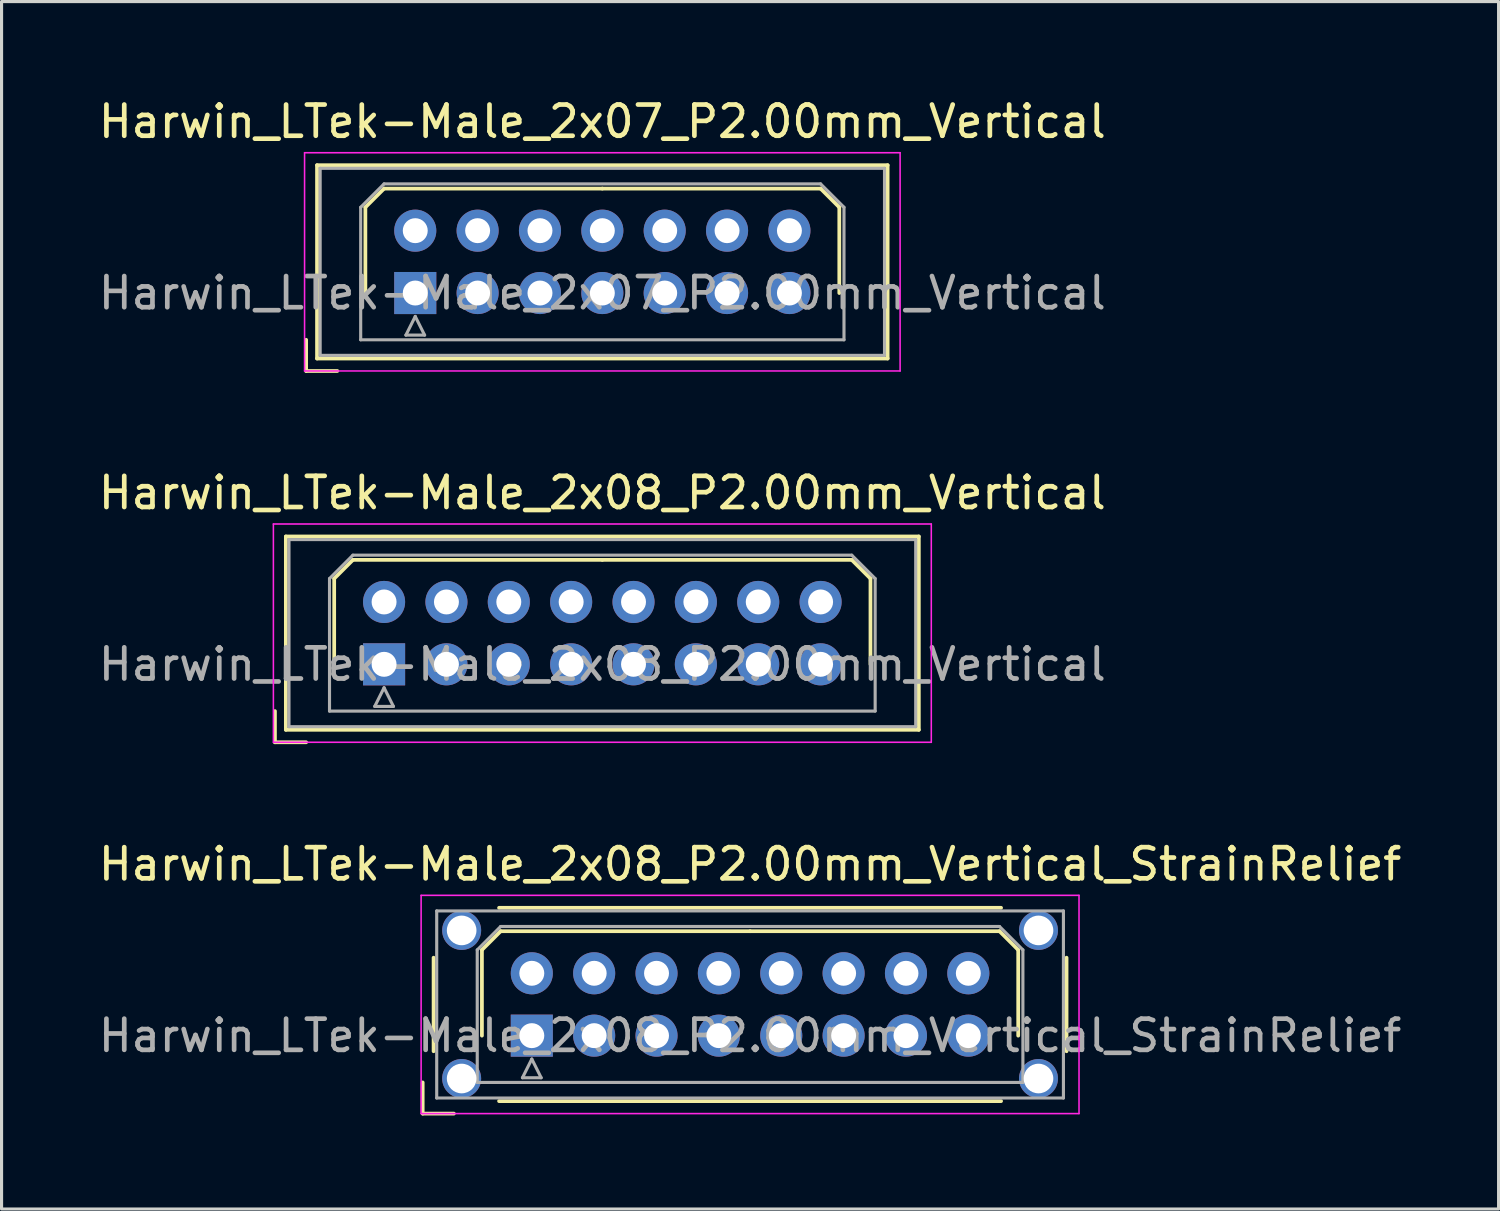
<source format=kicad_pcb>
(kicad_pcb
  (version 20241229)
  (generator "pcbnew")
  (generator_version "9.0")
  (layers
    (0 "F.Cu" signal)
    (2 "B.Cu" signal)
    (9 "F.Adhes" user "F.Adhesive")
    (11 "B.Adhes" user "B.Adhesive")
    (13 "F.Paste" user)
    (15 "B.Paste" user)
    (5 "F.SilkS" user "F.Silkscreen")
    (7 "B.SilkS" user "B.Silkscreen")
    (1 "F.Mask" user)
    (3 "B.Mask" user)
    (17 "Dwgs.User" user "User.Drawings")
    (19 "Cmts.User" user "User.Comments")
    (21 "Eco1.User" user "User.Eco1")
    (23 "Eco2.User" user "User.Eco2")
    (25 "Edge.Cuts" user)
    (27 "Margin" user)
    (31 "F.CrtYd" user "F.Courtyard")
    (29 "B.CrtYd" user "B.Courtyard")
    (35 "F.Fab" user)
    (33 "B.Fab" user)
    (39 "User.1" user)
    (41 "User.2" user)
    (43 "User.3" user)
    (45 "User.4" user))
  (footprint "Harwin_LTek-Male_2x07_P2.00mm_Vertical"
    (layer "F.Cu")
    (at 10.268 6.348)
    (property "Reference" "Harwin_LTek-Male_2x07_P2.00mm_Vertical" (at 6 -5.5 0) (layer "F.SilkS") (effects (font (size 1 1) (thickness 0.15))))
    (attr through_hole)
    (fp_line (start -3.5 1.5) (end -3.5 2.5) (stroke (width 0.12) (type solid)) (layer "F.SilkS"))
    (fp_line (start -3.5 2.5) (end -2.5 2.5) (stroke (width 0.12) (type solid)) (layer "F.SilkS"))
    (fp_line (start -3.15 -4.1) (end -3.15 2.1) (stroke (width 0.12) (type solid)) (layer "F.SilkS"))
    (fp_line (start -3.15 2.1) (end 15.15 2.1) (stroke (width 0.12) (type solid)) (layer "F.SilkS"))
    (fp_line (start -1.6 -2.75) (end -1 -3.35) (stroke (width 0.12) (type solid)) (layer "F.SilkS"))
    (fp_line (start -1.6 0) (end -1.6 -2.75) (stroke (width 0.12) (type solid)) (layer "F.SilkS"))
    (fp_line (start -1 -3.35) (end 6 -3.35) (stroke (width 0.12) (type solid)) (layer "F.SilkS"))
    (fp_line (start 13 -3.35) (end 6 -3.35) (stroke (width 0.12) (type solid)) (layer "F.SilkS"))
    (fp_line (start 13.6 -2.75) (end 13 -3.35) (stroke (width 0.12) (type solid)) (layer "F.SilkS"))
    (fp_line (start 13.6 0) (end 13.6 -2.75) (stroke (width 0.12) (type solid)) (layer "F.SilkS"))
    (fp_line (start 15.15 -4.1) (end -3.15 -4.1) (stroke (width 0.12) (type solid)) (layer "F.SilkS"))
    (fp_line (start 15.15 2.1) (end 15.15 -4.1) (stroke (width 0.12) (type solid)) (layer "F.SilkS"))
    (fp_line (start -3.55 -4.5) (end -3.55 2.5) (stroke (width 0.05) (type solid)) (layer "F.CrtYd"))
    (fp_line (start -3.55 2.5) (end 15.55 2.5) (stroke (width 0.05) (type solid)) (layer "F.CrtYd"))
    (fp_line (start 15.55 -4.5) (end -3.55 -4.5) (stroke (width 0.05) (type solid)) (layer "F.CrtYd"))
    (fp_line (start 15.55 2.5) (end 15.55 -4.5) (stroke (width 0.05) (type solid)) (layer "F.CrtYd"))
    (fp_line (start -3.05 -4) (end -3.05 2) (stroke (width 0.1) (type solid)) (layer "F.Fab"))
    (fp_line (start -3.05 2) (end 15.05 2) (stroke (width 0.1) (type solid)) (layer "F.Fab"))
    (fp_line (start -1.75 -2.75) (end -1 -3.5) (stroke (width 0.1) (type solid)) (layer "F.Fab"))
    (fp_line (start -1.75 1.5) (end -1.75 -2.75) (stroke (width 0.1) (type solid)) (layer "F.Fab"))
    (fp_line (start -1 -3.5) (end 13 -3.5) (stroke (width 0.1) (type solid)) (layer "F.Fab"))
    (fp_line (start -0.3 1.35) (end 0.3 1.35) (stroke (width 0.1) (type solid)) (layer "F.Fab"))
    (fp_line (start 0 0.75) (end -0.3 1.35) (stroke (width 0.1) (type solid)) (layer "F.Fab"))
    (fp_line (start 0.3 1.35) (end 0 0.75) (stroke (width 0.1) (type solid)) (layer "F.Fab"))
    (fp_line (start 13 -3.5) (end 13.75 -2.75) (stroke (width 0.1) (type solid)) (layer "F.Fab"))
    (fp_line (start 13.75 -2.75) (end 13.75 1.5) (stroke (width 0.1) (type solid)) (layer "F.Fab"))
    (fp_line (start 13.75 1.5) (end -1.75 1.5) (stroke (width 0.1) (type solid)) (layer "F.Fab"))
    (fp_line (start 15.05 -4) (end -3.05 -4) (stroke (width 0.1) (type solid)) (layer "F.Fab"))
    (fp_line (start 15.05 2) (end 15.05 -4) (stroke (width 0.1) (type solid)) (layer "F.Fab"))
    (fp_text user "${REFERENCE}" (at 6 0 0) (layer "F.Fab") (effects (font (size 1 1) (thickness 0.15))))
    (pad "1" thru_hole rect (at 0 0) (size 1.35 1.35) (drill 0.8) (layers "*.Cu" "*.Mask"))
    (pad "2" thru_hole circle (at 0 -2) (size 1.35 1.35) (drill 0.8) (layers "*.Cu" "*.Mask"))
    (pad "3" thru_hole circle (at 2 0) (size 1.35 1.35) (drill 0.8) (layers "*.Cu" "*.Mask"))
    (pad "4" thru_hole circle (at 2 -2) (size 1.35 1.35) (drill 0.8) (layers "*.Cu" "*.Mask"))
    (pad "5" thru_hole circle (at 4 0) (size 1.35 1.35) (drill 0.8) (layers "*.Cu" "*.Mask"))
    (pad "6" thru_hole circle (at 4 -2) (size 1.35 1.35) (drill 0.8) (layers "*.Cu" "*.Mask"))
    (pad "7" thru_hole circle (at 6 0) (size 1.35 1.35) (drill 0.8) (layers "*.Cu" "*.Mask"))
    (pad "8" thru_hole circle (at 6 -2) (size 1.35 1.35) (drill 0.8) (layers "*.Cu" "*.Mask"))
    (pad "9" thru_hole circle (at 8 0) (size 1.35 1.35) (drill 0.8) (layers "*.Cu" "*.Mask"))
    (pad "10" thru_hole circle (at 8 -2) (size 1.35 1.35) (drill 0.8) (layers "*.Cu" "*.Mask"))
    (pad "11" thru_hole circle (at 10 0) (size 1.35 1.35) (drill 0.8) (layers "*.Cu" "*.Mask"))
    (pad "12" thru_hole circle (at 10 -2) (size 1.35 1.35) (drill 0.8) (layers "*.Cu" "*.Mask"))
    (pad "13" thru_hole circle (at 12 0) (size 1.35 1.35) (drill 0.8) (layers "*.Cu" "*.Mask"))
    (pad "14" thru_hole circle (at 12 -2) (size 1.35 1.35) (drill 0.8) (layers "*.Cu" "*.Mask")))
  (footprint "Harwin_LTek-Male_2x08_P2.00mm_Vertical"
    (layer "F.Cu")
    (at 9.268 18.256)
    (property "Reference" "Harwin_LTek-Male_2x08_P2.00mm_Vertical" (at 7 -5.5 0) (layer "F.SilkS") (effects (font (size 1 1) (thickness 0.15))))
    (attr through_hole)
    (fp_line (start -3.5 1.5) (end -3.5 2.5) (stroke (width 0.12) (type solid)) (layer "F.SilkS"))
    (fp_line (start -3.5 2.5) (end -2.5 2.5) (stroke (width 0.12) (type solid)) (layer "F.SilkS"))
    (fp_line (start -3.15 -4.1) (end -3.15 2.1) (stroke (width 0.12) (type solid)) (layer "F.SilkS"))
    (fp_line (start -3.15 2.1) (end 17.15 2.1) (stroke (width 0.12) (type solid)) (layer "F.SilkS"))
    (fp_line (start -1.6 -2.75) (end -1 -3.35) (stroke (width 0.12) (type solid)) (layer "F.SilkS"))
    (fp_line (start -1.6 0) (end -1.6 -2.75) (stroke (width 0.12) (type solid)) (layer "F.SilkS"))
    (fp_line (start -1 -3.35) (end 7 -3.35) (stroke (width 0.12) (type solid)) (layer "F.SilkS"))
    (fp_line (start 15 -3.35) (end 7 -3.35) (stroke (width 0.12) (type solid)) (layer "F.SilkS"))
    (fp_line (start 15.6 -2.75) (end 15 -3.35) (stroke (width 0.12) (type solid)) (layer "F.SilkS"))
    (fp_line (start 15.6 0) (end 15.6 -2.75) (stroke (width 0.12) (type solid)) (layer "F.SilkS"))
    (fp_line (start 17.15 -4.1) (end -3.15 -4.1) (stroke (width 0.12) (type solid)) (layer "F.SilkS"))
    (fp_line (start 17.15 2.1) (end 17.15 -4.1) (stroke (width 0.12) (type solid)) (layer "F.SilkS"))
    (fp_line (start -3.55 -4.5) (end -3.55 2.5) (stroke (width 0.05) (type solid)) (layer "F.CrtYd"))
    (fp_line (start -3.55 2.5) (end 17.55 2.5) (stroke (width 0.05) (type solid)) (layer "F.CrtYd"))
    (fp_line (start 17.55 -4.5) (end -3.55 -4.5) (stroke (width 0.05) (type solid)) (layer "F.CrtYd"))
    (fp_line (start 17.55 2.5) (end 17.55 -4.5) (stroke (width 0.05) (type solid)) (layer "F.CrtYd"))
    (fp_line (start -3.05 -4) (end -3.05 2) (stroke (width 0.1) (type solid)) (layer "F.Fab"))
    (fp_line (start -3.05 2) (end 17.05 2) (stroke (width 0.1) (type solid)) (layer "F.Fab"))
    (fp_line (start -1.75 -2.75) (end -1 -3.5) (stroke (width 0.1) (type solid)) (layer "F.Fab"))
    (fp_line (start -1.75 1.5) (end -1.75 -2.75) (stroke (width 0.1) (type solid)) (layer "F.Fab"))
    (fp_line (start -1 -3.5) (end 15 -3.5) (stroke (width 0.1) (type solid)) (layer "F.Fab"))
    (fp_line (start -0.3 1.35) (end 0.3 1.35) (stroke (width 0.1) (type solid)) (layer "F.Fab"))
    (fp_line (start 0 0.75) (end -0.3 1.35) (stroke (width 0.1) (type solid)) (layer "F.Fab"))
    (fp_line (start 0.3 1.35) (end 0 0.75) (stroke (width 0.1) (type solid)) (layer "F.Fab"))
    (fp_line (start 15 -3.5) (end 15.75 -2.75) (stroke (width 0.1) (type solid)) (layer "F.Fab"))
    (fp_line (start 15.75 -2.75) (end 15.75 1.5) (stroke (width 0.1) (type solid)) (layer "F.Fab"))
    (fp_line (start 15.75 1.5) (end -1.75 1.5) (stroke (width 0.1) (type solid)) (layer "F.Fab"))
    (fp_line (start 17.05 -4) (end -3.05 -4) (stroke (width 0.1) (type solid)) (layer "F.Fab"))
    (fp_line (start 17.05 2) (end 17.05 -4) (stroke (width 0.1) (type solid)) (layer "F.Fab"))
    (fp_text user "${REFERENCE}" (at 7 0 0) (layer "F.Fab") (effects (font (size 1 1) (thickness 0.15))))
    (pad "1" thru_hole rect (at 0 0) (size 1.35 1.35) (drill 0.8) (layers "*.Cu" "*.Mask"))
    (pad "2" thru_hole circle (at 0 -2) (size 1.35 1.35) (drill 0.8) (layers "*.Cu" "*.Mask"))
    (pad "3" thru_hole circle (at 2 0) (size 1.35 1.35) (drill 0.8) (layers "*.Cu" "*.Mask"))
    (pad "4" thru_hole circle (at 2 -2) (size 1.35 1.35) (drill 0.8) (layers "*.Cu" "*.Mask"))
    (pad "5" thru_hole circle (at 4 0) (size 1.35 1.35) (drill 0.8) (layers "*.Cu" "*.Mask"))
    (pad "6" thru_hole circle (at 4 -2) (size 1.35 1.35) (drill 0.8) (layers "*.Cu" "*.Mask"))
    (pad "7" thru_hole circle (at 6 0) (size 1.35 1.35) (drill 0.8) (layers "*.Cu" "*.Mask"))
    (pad "8" thru_hole circle (at 6 -2) (size 1.35 1.35) (drill 0.8) (layers "*.Cu" "*.Mask"))
    (pad "9" thru_hole circle (at 8 0) (size 1.35 1.35) (drill 0.8) (layers "*.Cu" "*.Mask"))
    (pad "10" thru_hole circle (at 8 -2) (size 1.35 1.35) (drill 0.8) (layers "*.Cu" "*.Mask"))
    (pad "11" thru_hole circle (at 10 0) (size 1.35 1.35) (drill 0.8) (layers "*.Cu" "*.Mask"))
    (pad "12" thru_hole circle (at 10 -2) (size 1.35 1.35) (drill 0.8) (layers "*.Cu" "*.Mask"))
    (pad "13" thru_hole circle (at 12 0) (size 1.35 1.35) (drill 0.8) (layers "*.Cu" "*.Mask"))
    (pad "14" thru_hole circle (at 12 -2) (size 1.35 1.35) (drill 0.8) (layers "*.Cu" "*.Mask"))
    (pad "15" thru_hole circle (at 14 0) (size 1.35 1.35) (drill 0.8) (layers "*.Cu" "*.Mask"))
    (pad "16" thru_hole circle (at 14 -2) (size 1.35 1.35) (drill 0.8) (layers "*.Cu" "*.Mask")))
  (footprint "Harwin_LTek-Male_2x08_P2.00mm_Vertical_StrainRelief"
    (layer "F.Cu")
    (at 14.006 30.165)
    (property "Reference" "Harwin_LTek-Male_2x08_P2.00mm_Vertical_StrainRelief" (at 7 -5.5 0) (layer "F.SilkS") (effects (font (size 1 1) (thickness 0.15))))
    (attr through_hole)
    (fp_line (start -3.5 1.5) (end -3.5 2.5) (stroke (width 0.12) (type solid)) (layer "F.SilkS"))
    (fp_line (start -3.5 2.5) (end -2.5 2.5) (stroke (width 0.12) (type solid)) (layer "F.SilkS"))
    (fp_line (start -3.15 -2.5) (end -3.15 0.5) (stroke (width 0.12) (type solid)) (layer "F.SilkS"))
    (fp_line (start -1.6 -2.75) (end -1 -3.35) (stroke (width 0.12) (type solid)) (layer "F.SilkS"))
    (fp_line (start -1.6 0) (end -1.6 -2.75) (stroke (width 0.12) (type solid)) (layer "F.SilkS"))
    (fp_line (start -1.05 -4.1) (end 15.05 -4.1) (stroke (width 0.12) (type solid)) (layer "F.SilkS"))
    (fp_line (start -1.05 2.1) (end 15.05 2.1) (stroke (width 0.12) (type solid)) (layer "F.SilkS"))
    (fp_line (start -1 -3.35) (end 7 -3.35) (stroke (width 0.12) (type solid)) (layer "F.SilkS"))
    (fp_line (start 15 -3.35) (end 7 -3.35) (stroke (width 0.12) (type solid)) (layer "F.SilkS"))
    (fp_line (start 15.6 -2.75) (end 15 -3.35) (stroke (width 0.12) (type solid)) (layer "F.SilkS"))
    (fp_line (start 15.6 0) (end 15.6 -2.75) (stroke (width 0.12) (type solid)) (layer "F.SilkS"))
    (fp_line (start 17.15 -2.5) (end 17.15 0.5) (stroke (width 0.12) (type solid)) (layer "F.SilkS"))
    (fp_line (start -3.55 -4.5) (end -3.55 2.5) (stroke (width 0.05) (type solid)) (layer "F.CrtYd"))
    (fp_line (start -3.55 2.5) (end 17.55 2.5) (stroke (width 0.05) (type solid)) (layer "F.CrtYd"))
    (fp_line (start 17.55 -4.5) (end -3.55 -4.5) (stroke (width 0.05) (type solid)) (layer "F.CrtYd"))
    (fp_line (start 17.55 2.5) (end 17.55 -4.5) (stroke (width 0.05) (type solid)) (layer "F.CrtYd"))
    (fp_line (start -3.05 -4) (end -3.05 2) (stroke (width 0.1) (type solid)) (layer "F.Fab"))
    (fp_line (start -3.05 2) (end 17.05 2) (stroke (width 0.1) (type solid)) (layer "F.Fab"))
    (fp_line (start -1.75 -2.75) (end -1 -3.5) (stroke (width 0.1) (type solid)) (layer "F.Fab"))
    (fp_line (start -1.75 1.5) (end -1.75 -2.75) (stroke (width 0.1) (type solid)) (layer "F.Fab"))
    (fp_line (start -1 -3.5) (end 15 -3.5) (stroke (width 0.1) (type solid)) (layer "F.Fab"))
    (fp_line (start -0.3 1.35) (end 0.3 1.35) (stroke (width 0.1) (type solid)) (layer "F.Fab"))
    (fp_line (start 0 0.75) (end -0.3 1.35) (stroke (width 0.1) (type solid)) (layer "F.Fab"))
    (fp_line (start 0.3 1.35) (end 0 0.75) (stroke (width 0.1) (type solid)) (layer "F.Fab"))
    (fp_line (start 15 -3.5) (end 15.75 -2.75) (stroke (width 0.1) (type solid)) (layer "F.Fab"))
    (fp_line (start 15.75 -2.75) (end 15.75 1.5) (stroke (width 0.1) (type solid)) (layer "F.Fab"))
    (fp_line (start 15.75 1.5) (end -1.75 1.5) (stroke (width 0.1) (type solid)) (layer "F.Fab"))
    (fp_line (start 17.05 -4) (end -3.05 -4) (stroke (width 0.1) (type solid)) (layer "F.Fab"))
    (fp_line (start 17.05 2) (end 17.05 -4) (stroke (width 0.1) (type solid)) (layer "F.Fab"))
    (fp_text user "${REFERENCE}" (at 7 0 0) (layer "F.Fab") (effects (font (size 1 1) (thickness 0.15))))
    (pad "" thru_hole circle (at -2.25 -3.375) (size 1.25 1.25) (drill 0.95) (layers "*.Cu" "*.Mask"))
    (pad "" thru_hole circle (at -2.25 1.375) (size 1.25 1.25) (drill 0.95) (layers "*.Cu" "*.Mask"))
    (pad "" thru_hole circle (at 16.25 -3.375) (size 1.25 1.25) (drill 0.95) (layers "*.Cu" "*.Mask"))
    (pad "" thru_hole circle (at 16.25 1.375) (size 1.25 1.25) (drill 0.95) (layers "*.Cu" "*.Mask"))
    (pad "1" thru_hole rect (at 0 0) (size 1.35 1.35) (drill 0.8) (layers "*.Cu" "*.Mask"))
    (pad "2" thru_hole circle (at 0 -2) (size 1.35 1.35) (drill 0.8) (layers "*.Cu" "*.Mask"))
    (pad "3" thru_hole circle (at 2 0) (size 1.35 1.35) (drill 0.8) (layers "*.Cu" "*.Mask"))
    (pad "4" thru_hole circle (at 2 -2) (size 1.35 1.35) (drill 0.8) (layers "*.Cu" "*.Mask"))
    (pad "5" thru_hole circle (at 4 0) (size 1.35 1.35) (drill 0.8) (layers "*.Cu" "*.Mask"))
    (pad "6" thru_hole circle (at 4 -2) (size 1.35 1.35) (drill 0.8) (layers "*.Cu" "*.Mask"))
    (pad "7" thru_hole circle (at 6 0) (size 1.35 1.35) (drill 0.8) (layers "*.Cu" "*.Mask"))
    (pad "8" thru_hole circle (at 6 -2) (size 1.35 1.35) (drill 0.8) (layers "*.Cu" "*.Mask"))
    (pad "9" thru_hole circle (at 8 0) (size 1.35 1.35) (drill 0.8) (layers "*.Cu" "*.Mask"))
    (pad "10" thru_hole circle (at 8 -2) (size 1.35 1.35) (drill 0.8) (layers "*.Cu" "*.Mask"))
    (pad "11" thru_hole circle (at 10 0) (size 1.35 1.35) (drill 0.8) (layers "*.Cu" "*.Mask"))
    (pad "12" thru_hole circle (at 10 -2) (size 1.35 1.35) (drill 0.8) (layers "*.Cu" "*.Mask"))
    (pad "13" thru_hole circle (at 12 0) (size 1.35 1.35) (drill 0.8) (layers "*.Cu" "*.Mask"))
    (pad "14" thru_hole circle (at 12 -2) (size 1.35 1.35) (drill 0.8) (layers "*.Cu" "*.Mask"))
    (pad "15" thru_hole circle (at 14 0) (size 1.35 1.35) (drill 0.8) (layers "*.Cu" "*.Mask"))
    (pad "16" thru_hole circle (at 14 -2) (size 1.35 1.35) (drill 0.8) (layers "*.Cu" "*.Mask")))
  (gr_rect
    (start -3 -3)
    (end 45.012 35.725)
    (stroke (width 0.1) (type default))
    (fill no)
    (layer "Edge.Cuts")))
</source>
